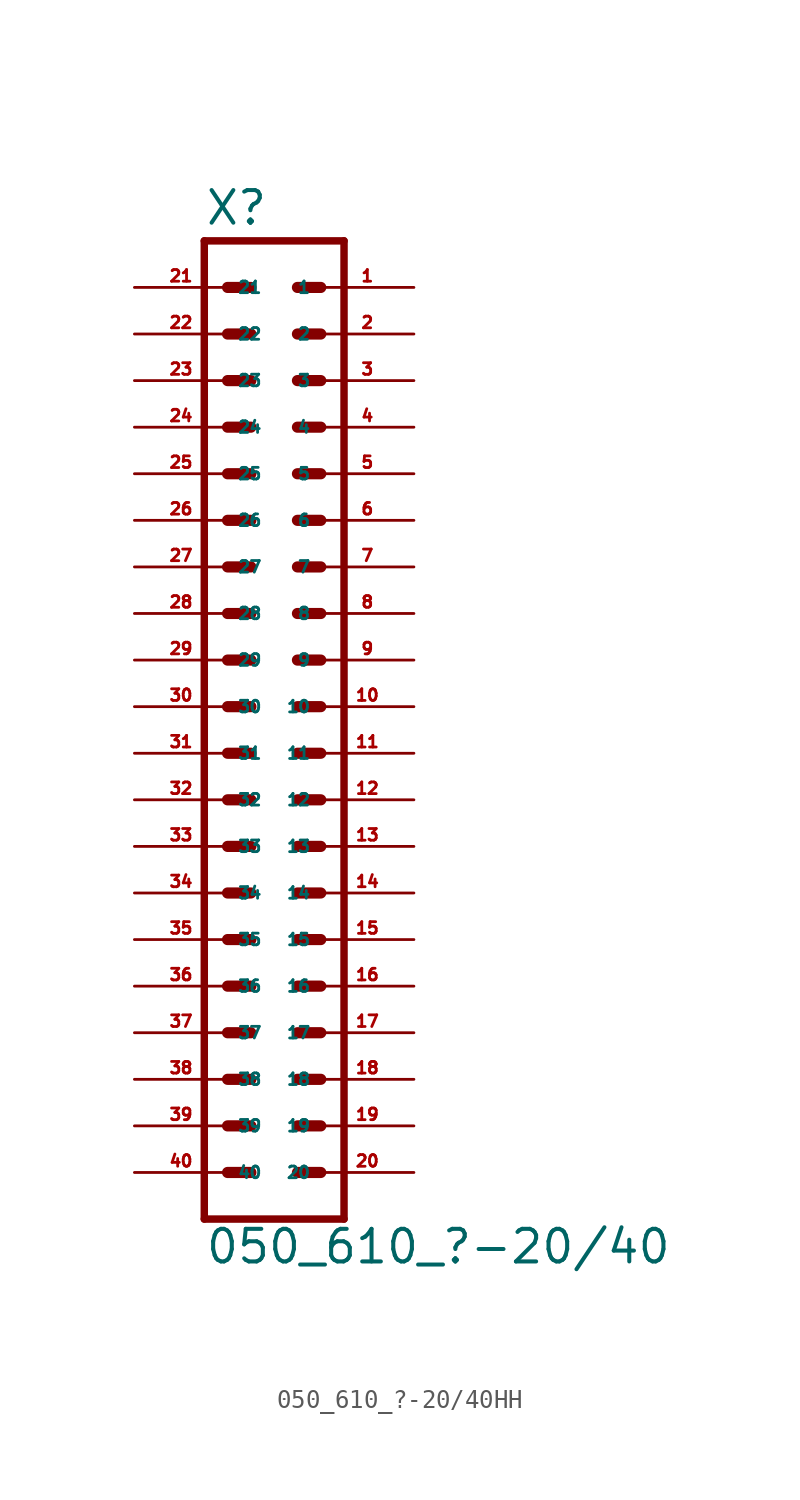
<source format=kicad_sym>
(kicad_symbol_lib
  (version 20220914)
  (generator Eagle2Kicad)
  (symbol "050_610_?-20/40HH"
    (property "Reference" "X"
      (at -3.81 26.162 0)
      (effects (font (size 1.778 1.778) (thickness 0.22)) (justify left bottom)))
    (property "Value" "050_610_?-20/40"
      (at -3.81 -30.48 0)
      (effects (font (size 1.778 1.778) (thickness 0.22)) (justify left bottom)))
    (polyline
      (pts (xy 3.81 -27.94) (xy -3.81 -27.94))
      (stroke (width 0.406) (type default))
      (fill (type none)))
    (polyline
      (pts (xy -3.81 25.4) (xy -3.81 -27.94))
      (stroke (width 0.406) (type default))
      (fill (type none)))
    (polyline
      (pts (xy 3.81 -27.94) (xy 3.81 25.4))
      (stroke (width 0.406) (type default))
      (fill (type none)))
    (polyline
      (pts (xy -3.81 25.4) (xy 3.81 25.4))
      (stroke (width 0.406) (type default))
      (fill (type none)))
    (polyline
      (pts (xy 1.27 22.86) (xy 2.54 22.86))
      (stroke (width 0.61) (type default))
      (fill (type none)))
    (polyline
      (pts (xy 1.27 20.32) (xy 2.54 20.32))
      (stroke (width 0.61) (type default))
      (fill (type none)))
    (polyline
      (pts (xy 1.27 17.78) (xy 2.54 17.78))
      (stroke (width 0.61) (type default))
      (fill (type none)))
    (polyline
      (pts (xy 1.27 15.24) (xy 2.54 15.24))
      (stroke (width 0.61) (type default))
      (fill (type none)))
    (polyline
      (pts (xy 1.27 12.7) (xy 2.54 12.7))
      (stroke (width 0.61) (type default))
      (fill (type none)))
    (polyline
      (pts (xy 1.27 10.16) (xy 2.54 10.16))
      (stroke (width 0.61) (type default))
      (fill (type none)))
    (polyline
      (pts (xy 1.27 7.62) (xy 2.54 7.62))
      (stroke (width 0.61) (type default))
      (fill (type none)))
    (polyline
      (pts (xy 1.27 5.08) (xy 2.54 5.08))
      (stroke (width 0.61) (type default))
      (fill (type none)))
    (polyline
      (pts (xy 1.27 2.54) (xy 2.54 2.54))
      (stroke (width 0.61) (type default))
      (fill (type none)))
    (polyline
      (pts (xy 1.27 0) (xy 2.54 0))
      (stroke (width 0.61) (type default))
      (fill (type none)))
    (polyline
      (pts (xy 1.27 -2.54) (xy 2.54 -2.54))
      (stroke (width 0.61) (type default))
      (fill (type none)))
    (polyline
      (pts (xy 1.27 -5.08) (xy 2.54 -5.08))
      (stroke (width 0.61) (type default))
      (fill (type none)))
    (polyline
      (pts (xy 1.27 -7.62) (xy 2.54 -7.62))
      (stroke (width 0.61) (type default))
      (fill (type none)))
    (polyline
      (pts (xy 1.27 -10.16) (xy 2.54 -10.16))
      (stroke (width 0.61) (type default))
      (fill (type none)))
    (polyline
      (pts (xy 1.27 -12.7) (xy 2.54 -12.7))
      (stroke (width 0.61) (type default))
      (fill (type none)))
    (polyline
      (pts (xy 1.27 -15.24) (xy 2.54 -15.24))
      (stroke (width 0.61) (type default))
      (fill (type none)))
    (polyline
      (pts (xy 1.27 -17.78) (xy 2.54 -17.78))
      (stroke (width 0.61) (type default))
      (fill (type none)))
    (polyline
      (pts (xy 1.27 -20.32) (xy 2.54 -20.32))
      (stroke (width 0.61) (type default))
      (fill (type none)))
    (polyline
      (pts (xy 1.27 -22.86) (xy 2.54 -22.86))
      (stroke (width 0.61) (type default))
      (fill (type none)))
    (polyline
      (pts (xy 1.27 -25.4) (xy 2.54 -25.4))
      (stroke (width 0.61) (type default))
      (fill (type none)))
    (polyline
      (pts (xy -1.27 22.86) (xy -2.54 22.86))
      (stroke (width 0.61) (type default))
      (fill (type none)))
    (polyline
      (pts (xy -1.27 20.32) (xy -2.54 20.32))
      (stroke (width 0.61) (type default))
      (fill (type none)))
    (polyline
      (pts (xy -1.27 17.78) (xy -2.54 17.78))
      (stroke (width 0.61) (type default))
      (fill (type none)))
    (polyline
      (pts (xy -1.27 15.24) (xy -2.54 15.24))
      (stroke (width 0.61) (type default))
      (fill (type none)))
    (polyline
      (pts (xy -1.27 12.7) (xy -2.54 12.7))
      (stroke (width 0.61) (type default))
      (fill (type none)))
    (polyline
      (pts (xy -1.27 10.16) (xy -2.54 10.16))
      (stroke (width 0.61) (type default))
      (fill (type none)))
    (polyline
      (pts (xy -1.27 7.62) (xy -2.54 7.62))
      (stroke (width 0.61) (type default))
      (fill (type none)))
    (polyline
      (pts (xy -1.27 5.08) (xy -2.54 5.08))
      (stroke (width 0.61) (type default))
      (fill (type none)))
    (polyline
      (pts (xy -1.27 2.54) (xy -2.54 2.54))
      (stroke (width 0.61) (type default))
      (fill (type none)))
    (polyline
      (pts (xy -1.27 0) (xy -2.54 0))
      (stroke (width 0.61) (type default))
      (fill (type none)))
    (polyline
      (pts (xy -1.27 -2.54) (xy -2.54 -2.54))
      (stroke (width 0.61) (type default))
      (fill (type none)))
    (polyline
      (pts (xy -1.27 -5.08) (xy -2.54 -5.08))
      (stroke (width 0.61) (type default))
      (fill (type none)))
    (polyline
      (pts (xy -1.27 -7.62) (xy -2.54 -7.62))
      (stroke (width 0.61) (type default))
      (fill (type none)))
    (polyline
      (pts (xy -1.27 -10.16) (xy -2.54 -10.16))
      (stroke (width 0.61) (type default))
      (fill (type none)))
    (polyline
      (pts (xy -1.27 -12.7) (xy -2.54 -12.7))
      (stroke (width 0.61) (type default))
      (fill (type none)))
    (polyline
      (pts (xy -1.27 -15.24) (xy -2.54 -15.24))
      (stroke (width 0.61) (type default))
      (fill (type none)))
    (polyline
      (pts (xy -1.27 -17.78) (xy -2.54 -17.78))
      (stroke (width 0.61) (type default))
      (fill (type none)))
    (polyline
      (pts (xy -1.27 -20.32) (xy -2.54 -20.32))
      (stroke (width 0.61) (type default))
      (fill (type none)))
    (polyline
      (pts (xy -1.27 -22.86) (xy -2.54 -22.86))
      (stroke (width 0.61) (type default))
      (fill (type none)))
    (polyline
      (pts (xy -1.27 -25.4) (xy -2.54 -25.4))
      (stroke (width 0.61) (type default))
      (fill (type none)))
    (pin passive line
      (at 7.62 22.86 180)
      (length 5.08)
      (name "1" (effects (font (size 0.635 0.635) (thickness 0.08)) (justify left bottom)))
      (number "1" (effects (font (size 0.635 0.635) (thickness 0.08)) (justify left bottom))))
    (pin passive line
      (at 7.62 20.32 180)
      (length 5.08)
      (name "2" (effects (font (size 0.635 0.635) (thickness 0.08)) (justify left bottom)))
      (number "2" (effects (font (size 0.635 0.635) (thickness 0.08)) (justify left bottom))))
    (pin passive line
      (at 7.62 17.78 180)
      (length 5.08)
      (name "3" (effects (font (size 0.635 0.635) (thickness 0.08)) (justify left bottom)))
      (number "3" (effects (font (size 0.635 0.635) (thickness 0.08)) (justify left bottom))))
    (pin passive line
      (at 7.62 15.24 180)
      (length 5.08)
      (name "4" (effects (font (size 0.635 0.635) (thickness 0.08)) (justify left bottom)))
      (number "4" (effects (font (size 0.635 0.635) (thickness 0.08)) (justify left bottom))))
    (pin passive line
      (at 7.62 12.7 180)
      (length 5.08)
      (name "5" (effects (font (size 0.635 0.635) (thickness 0.08)) (justify left bottom)))
      (number "5" (effects (font (size 0.635 0.635) (thickness 0.08)) (justify left bottom))))
    (pin passive line
      (at 7.62 10.16 180)
      (length 5.08)
      (name "6" (effects (font (size 0.635 0.635) (thickness 0.08)) (justify left bottom)))
      (number "6" (effects (font (size 0.635 0.635) (thickness 0.08)) (justify left bottom))))
    (pin passive line
      (at 7.62 7.62 180)
      (length 5.08)
      (name "7" (effects (font (size 0.635 0.635) (thickness 0.08)) (justify left bottom)))
      (number "7" (effects (font (size 0.635 0.635) (thickness 0.08)) (justify left bottom))))
    (pin passive line
      (at 7.62 5.08 180)
      (length 5.08)
      (name "8" (effects (font (size 0.635 0.635) (thickness 0.08)) (justify left bottom)))
      (number "8" (effects (font (size 0.635 0.635) (thickness 0.08)) (justify left bottom))))
    (pin passive line
      (at 7.62 2.54 180)
      (length 5.08)
      (name "9" (effects (font (size 0.635 0.635) (thickness 0.08)) (justify left bottom)))
      (number "9" (effects (font (size 0.635 0.635) (thickness 0.08)) (justify left bottom))))
    (pin passive line
      (at 7.62 0 180)
      (length 5.08)
      (name "10" (effects (font (size 0.635 0.635) (thickness 0.08)) (justify left bottom)))
      (number "10" (effects (font (size 0.635 0.635) (thickness 0.08)) (justify left bottom))))
    (pin passive line
      (at 7.62 -2.54 180)
      (length 5.08)
      (name "11" (effects (font (size 0.635 0.635) (thickness 0.08)) (justify left bottom)))
      (number "11" (effects (font (size 0.635 0.635) (thickness 0.08)) (justify left bottom))))
    (pin passive line
      (at 7.62 -5.08 180)
      (length 5.08)
      (name "12" (effects (font (size 0.635 0.635) (thickness 0.08)) (justify left bottom)))
      (number "12" (effects (font (size 0.635 0.635) (thickness 0.08)) (justify left bottom))))
    (pin passive line
      (at 7.62 -7.62 180)
      (length 5.08)
      (name "13" (effects (font (size 0.635 0.635) (thickness 0.08)) (justify left bottom)))
      (number "13" (effects (font (size 0.635 0.635) (thickness 0.08)) (justify left bottom))))
    (pin passive line
      (at 7.62 -10.16 180)
      (length 5.08)
      (name "14" (effects (font (size 0.635 0.635) (thickness 0.08)) (justify left bottom)))
      (number "14" (effects (font (size 0.635 0.635) (thickness 0.08)) (justify left bottom))))
    (pin passive line
      (at 7.62 -12.7 180)
      (length 5.08)
      (name "15" (effects (font (size 0.635 0.635) (thickness 0.08)) (justify left bottom)))
      (number "15" (effects (font (size 0.635 0.635) (thickness 0.08)) (justify left bottom))))
    (pin passive line
      (at 7.62 -15.24 180)
      (length 5.08)
      (name "16" (effects (font (size 0.635 0.635) (thickness 0.08)) (justify left bottom)))
      (number "16" (effects (font (size 0.635 0.635) (thickness 0.08)) (justify left bottom))))
    (pin passive line
      (at 7.62 -17.78 180)
      (length 5.08)
      (name "17" (effects (font (size 0.635 0.635) (thickness 0.08)) (justify left bottom)))
      (number "17" (effects (font (size 0.635 0.635) (thickness 0.08)) (justify left bottom))))
    (pin passive line
      (at 7.62 -20.32 180)
      (length 5.08)
      (name "18" (effects (font (size 0.635 0.635) (thickness 0.08)) (justify left bottom)))
      (number "18" (effects (font (size 0.635 0.635) (thickness 0.08)) (justify left bottom))))
    (pin passive line
      (at 7.62 -22.86 180)
      (length 5.08)
      (name "19" (effects (font (size 0.635 0.635) (thickness 0.08)) (justify left bottom)))
      (number "19" (effects (font (size 0.635 0.635) (thickness 0.08)) (justify left bottom))))
    (pin passive line
      (at 7.62 -25.4 180)
      (length 5.08)
      (name "20" (effects (font (size 0.635 0.635) (thickness 0.08)) (justify left bottom)))
      (number "20" (effects (font (size 0.635 0.635) (thickness 0.08)) (justify left bottom))))
    (pin passive line
      (at -7.62 22.86 0)
      (length 5.08)
      (name "21" (effects (font (size 0.635 0.635) (thickness 0.08)) (justify left bottom)))
      (number "21" (effects (font (size 0.635 0.635) (thickness 0.08)) (justify left bottom))))
    (pin passive line
      (at -7.62 20.32 0)
      (length 5.08)
      (name "22" (effects (font (size 0.635 0.635) (thickness 0.08)) (justify left bottom)))
      (number "22" (effects (font (size 0.635 0.635) (thickness 0.08)) (justify left bottom))))
    (pin passive line
      (at -7.62 17.78 0)
      (length 5.08)
      (name "23" (effects (font (size 0.635 0.635) (thickness 0.08)) (justify left bottom)))
      (number "23" (effects (font (size 0.635 0.635) (thickness 0.08)) (justify left bottom))))
    (pin passive line
      (at -7.62 15.24 0)
      (length 5.08)
      (name "24" (effects (font (size 0.635 0.635) (thickness 0.08)) (justify left bottom)))
      (number "24" (effects (font (size 0.635 0.635) (thickness 0.08)) (justify left bottom))))
    (pin passive line
      (at -7.62 12.7 0)
      (length 5.08)
      (name "25" (effects (font (size 0.635 0.635) (thickness 0.08)) (justify left bottom)))
      (number "25" (effects (font (size 0.635 0.635) (thickness 0.08)) (justify left bottom))))
    (pin passive line
      (at -7.62 10.16 0)
      (length 5.08)
      (name "26" (effects (font (size 0.635 0.635) (thickness 0.08)) (justify left bottom)))
      (number "26" (effects (font (size 0.635 0.635) (thickness 0.08)) (justify left bottom))))
    (pin passive line
      (at -7.62 7.62 0)
      (length 5.08)
      (name "27" (effects (font (size 0.635 0.635) (thickness 0.08)) (justify left bottom)))
      (number "27" (effects (font (size 0.635 0.635) (thickness 0.08)) (justify left bottom))))
    (pin passive line
      (at -7.62 5.08 0)
      (length 5.08)
      (name "28" (effects (font (size 0.635 0.635) (thickness 0.08)) (justify left bottom)))
      (number "28" (effects (font (size 0.635 0.635) (thickness 0.08)) (justify left bottom))))
    (pin passive line
      (at -7.62 2.54 0)
      (length 5.08)
      (name "29" (effects (font (size 0.635 0.635) (thickness 0.08)) (justify left bottom)))
      (number "29" (effects (font (size 0.635 0.635) (thickness 0.08)) (justify left bottom))))
    (pin passive line
      (at -7.62 0 0)
      (length 5.08)
      (name "30" (effects (font (size 0.635 0.635) (thickness 0.08)) (justify left bottom)))
      (number "30" (effects (font (size 0.635 0.635) (thickness 0.08)) (justify left bottom))))
    (pin passive line
      (at -7.62 -2.54 0)
      (length 5.08)
      (name "31" (effects (font (size 0.635 0.635) (thickness 0.08)) (justify left bottom)))
      (number "31" (effects (font (size 0.635 0.635) (thickness 0.08)) (justify left bottom))))
    (pin passive line
      (at -7.62 -5.08 0)
      (length 5.08)
      (name "32" (effects (font (size 0.635 0.635) (thickness 0.08)) (justify left bottom)))
      (number "32" (effects (font (size 0.635 0.635) (thickness 0.08)) (justify left bottom))))
    (pin passive line
      (at -7.62 -7.62 0)
      (length 5.08)
      (name "33" (effects (font (size 0.635 0.635) (thickness 0.08)) (justify left bottom)))
      (number "33" (effects (font (size 0.635 0.635) (thickness 0.08)) (justify left bottom))))
    (pin passive line
      (at -7.62 -10.16 0)
      (length 5.08)
      (name "34" (effects (font (size 0.635 0.635) (thickness 0.08)) (justify left bottom)))
      (number "34" (effects (font (size 0.635 0.635) (thickness 0.08)) (justify left bottom))))
    (pin passive line
      (at -7.62 -12.7 0)
      (length 5.08)
      (name "35" (effects (font (size 0.635 0.635) (thickness 0.08)) (justify left bottom)))
      (number "35" (effects (font (size 0.635 0.635) (thickness 0.08)) (justify left bottom))))
    (pin passive line
      (at -7.62 -15.24 0)
      (length 5.08)
      (name "36" (effects (font (size 0.635 0.635) (thickness 0.08)) (justify left bottom)))
      (number "36" (effects (font (size 0.635 0.635) (thickness 0.08)) (justify left bottom))))
    (pin passive line
      (at -7.62 -17.78 0)
      (length 5.08)
      (name "37" (effects (font (size 0.635 0.635) (thickness 0.08)) (justify left bottom)))
      (number "37" (effects (font (size 0.635 0.635) (thickness 0.08)) (justify left bottom))))
    (pin passive line
      (at -7.62 -20.32 0)
      (length 5.08)
      (name "38" (effects (font (size 0.635 0.635) (thickness 0.08)) (justify left bottom)))
      (number "38" (effects (font (size 0.635 0.635) (thickness 0.08)) (justify left bottom))))
    (pin passive line
      (at -7.62 -22.86 0)
      (length 5.08)
      (name "39" (effects (font (size 0.635 0.635) (thickness 0.08)) (justify left bottom)))
      (number "39" (effects (font (size 0.635 0.635) (thickness 0.08)) (justify left bottom))))
    (pin passive line
      (at -7.62 -25.4 0)
      (length 5.08)
      (name "40" (effects (font (size 0.635 0.635) (thickness 0.08)) (justify left bottom)))
      (number "40" (effects (font (size 0.635 0.635) (thickness 0.08)) (justify left bottom))))))
</source>
